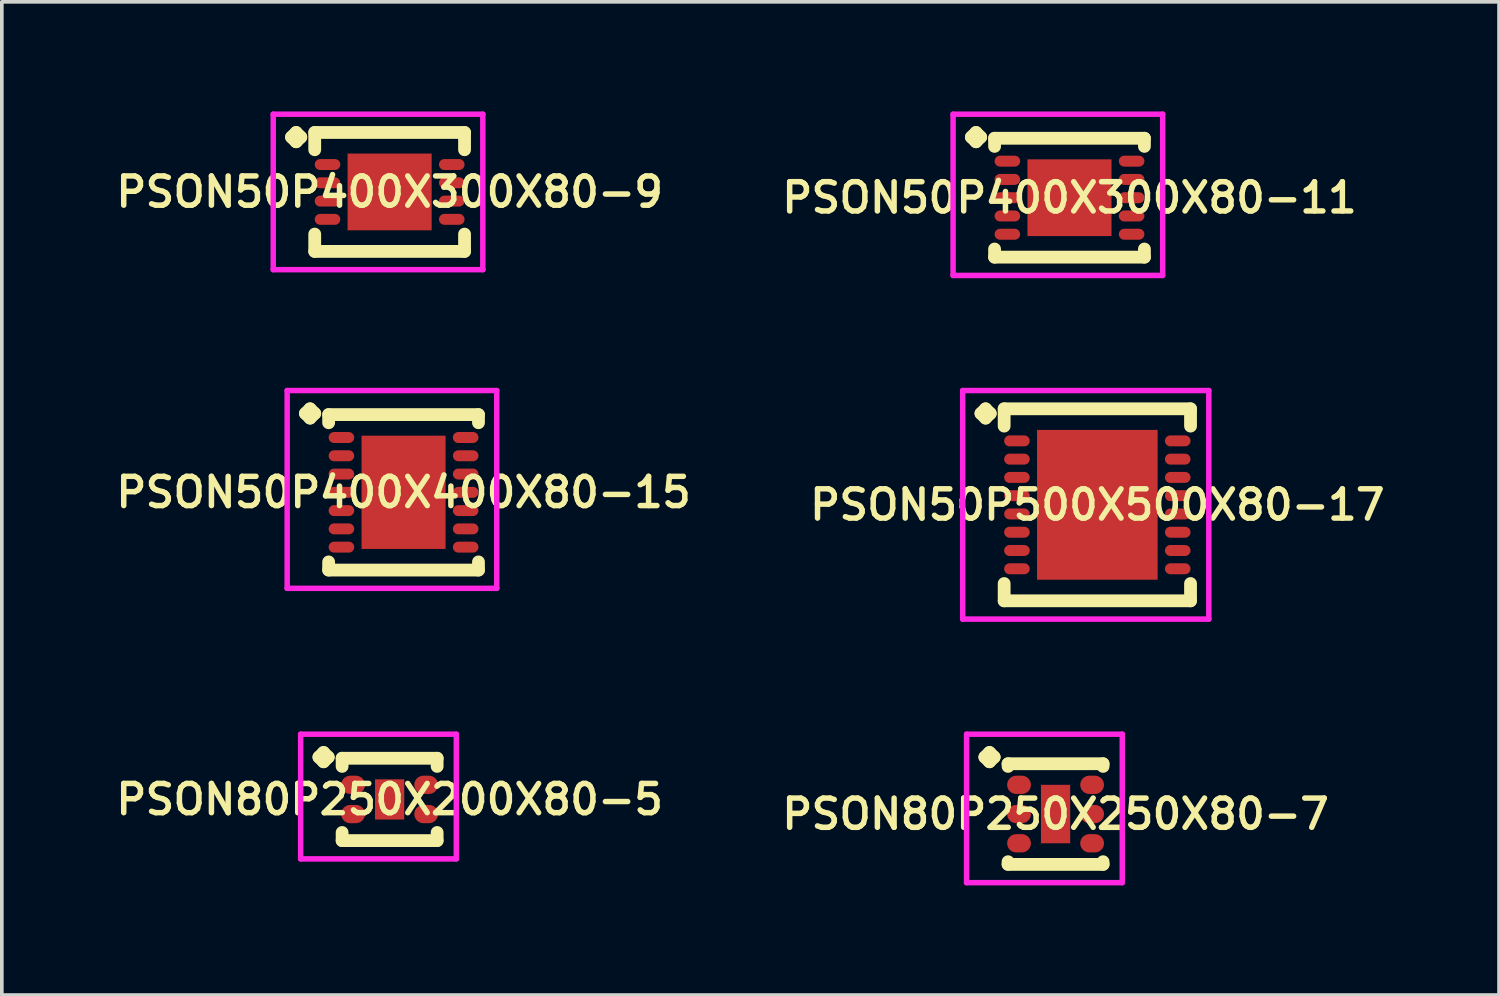
<source format=kicad_pcb>
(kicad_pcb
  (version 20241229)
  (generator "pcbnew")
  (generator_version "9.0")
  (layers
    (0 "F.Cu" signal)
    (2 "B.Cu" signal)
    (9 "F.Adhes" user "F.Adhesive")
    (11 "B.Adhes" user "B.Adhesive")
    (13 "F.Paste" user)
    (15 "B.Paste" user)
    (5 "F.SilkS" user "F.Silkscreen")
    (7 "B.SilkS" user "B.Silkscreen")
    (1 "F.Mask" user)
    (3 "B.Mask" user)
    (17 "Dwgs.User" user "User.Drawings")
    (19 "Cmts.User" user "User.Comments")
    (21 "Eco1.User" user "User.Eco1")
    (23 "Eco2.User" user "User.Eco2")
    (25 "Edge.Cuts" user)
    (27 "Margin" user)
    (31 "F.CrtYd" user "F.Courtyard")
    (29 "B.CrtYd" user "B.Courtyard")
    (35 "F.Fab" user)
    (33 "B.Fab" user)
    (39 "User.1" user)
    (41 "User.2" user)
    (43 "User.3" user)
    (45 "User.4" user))
  (footprint "PSON80P250X200X80-5"
    (layer "F.Cu")
    (at 7.612 18.826)
    (property "Reference" "PSON80P250X200X80-5" (at 0 0 0) (layer "F.SilkS") (effects (font (size 0.8 0.8) (thickness 0.15))))
    (attr smd)
    (fp_line (start -1.935 -1.158) (end -1.808 -1.285) (stroke (width 0.35) (type solid)) (layer "F.SilkS"))
    (fp_line (start -1.808 -1.285) (end -1.681 -1.158) (stroke (width 0.35) (type solid)) (layer "F.SilkS"))
    (fp_line (start -1.808 -1.031) (end -1.935 -1.158) (stroke (width 0.35) (type solid)) (layer "F.SilkS"))
    (fp_line (start -1.681 -1.158) (end -1.808 -1.031) (stroke (width 0.35) (type solid)) (layer "F.SilkS"))
    (fp_line (start -1.3 -1.127) (end 1.3 -1.127) (stroke (width 0.35) (type solid)) (layer "F.SilkS"))
    (fp_line (start -1.3 -0.904) (end -1.3 -1.127) (stroke (width 0.35) (type solid)) (layer "F.SilkS"))
    (fp_line (start -1.3 0.904) (end -1.3 1.127) (stroke (width 0.35) (type solid)) (layer "F.SilkS"))
    (fp_line (start -1.3 1.127) (end 1.3 1.127) (stroke (width 0.35) (type solid)) (layer "F.SilkS"))
    (fp_line (start 1.3 -1.127) (end 1.3 -0.904) (stroke (width 0.35) (type solid)) (layer "F.SilkS"))
    (fp_line (start 1.3 1.127) (end 1.3 0.904) (stroke (width 0.35) (type solid)) (layer "F.SilkS"))
    (fp_line (start -2.435 -1.785) (end 1.825 -1.785) (stroke (width 0.15) (type solid)) (layer "F.CrtYd"))
    (fp_line (start -2.435 1.627) (end -2.435 -1.785) (stroke (width 0.15) (type solid)) (layer "F.CrtYd"))
    (fp_line (start 1.825 -1.785) (end 1.825 1.627) (stroke (width 0.15) (type solid)) (layer "F.CrtYd"))
    (fp_line (start 1.825 1.627) (end -2.435 1.627) (stroke (width 0.15) (type solid)) (layer "F.CrtYd"))
    (pad "1" smd oval (at -1 -0.4) (size 0.65 0.5) (layers "F.Cu" "F.Mask" "F.Paste"))
    (pad "2" smd oval (at -1 0.4) (size 0.65 0.5) (layers "F.Cu" "F.Mask" "F.Paste"))
    (pad "3" smd oval (at 1 0.4) (size 0.65 0.5) (layers "F.Cu" "F.Mask" "F.Paste"))
    (pad "4" smd oval (at 1 -0.4) (size 0.65 0.5) (layers "F.Cu" "F.Mask" "F.Paste"))
    (pad "5" smd rect (at 0 0) (size 0.8 1.1) (layers "F.Cu" "F.Mask" "F.Paste")))
  (footprint "PSON50P400X300X80-11"
    (layer "F.Cu")
    (at 26.216 2.36)
    (property "Reference" "PSON50P400X300X80-11" (at 0 0 0) (layer "F.SilkS") (effects (font (size 0.8 0.8) (thickness 0.15))))
    (attr smd)
    (fp_line (start -2.685 -1.658) (end -2.558 -1.785) (stroke (width 0.35) (type solid)) (layer "F.SilkS"))
    (fp_line (start -2.558 -1.785) (end -2.431 -1.658) (stroke (width 0.35) (type solid)) (layer "F.SilkS"))
    (fp_line (start -2.558 -1.531) (end -2.685 -1.658) (stroke (width 0.35) (type solid)) (layer "F.SilkS"))
    (fp_line (start -2.431 -1.658) (end -2.558 -1.531) (stroke (width 0.35) (type solid)) (layer "F.SilkS"))
    (fp_line (start -2.05 -1.627) (end 2.05 -1.627) (stroke (width 0.35) (type solid)) (layer "F.SilkS"))
    (fp_line (start -2.05 -1.404) (end -2.05 -1.627) (stroke (width 0.35) (type solid)) (layer "F.SilkS"))
    (fp_line (start -2.05 1.404) (end -2.05 1.627) (stroke (width 0.35) (type solid)) (layer "F.SilkS"))
    (fp_line (start -2.05 1.627) (end 2.05 1.627) (stroke (width 0.35) (type solid)) (layer "F.SilkS"))
    (fp_line (start 2.05 -1.627) (end 2.05 -1.404) (stroke (width 0.35) (type solid)) (layer "F.SilkS"))
    (fp_line (start 2.05 1.627) (end 2.05 1.404) (stroke (width 0.35) (type solid)) (layer "F.SilkS"))
    (fp_line (start -3.185 -2.285) (end 2.55 -2.285) (stroke (width 0.15) (type solid)) (layer "F.CrtYd"))
    (fp_line (start -3.185 2.127) (end -3.185 -2.285) (stroke (width 0.15) (type solid)) (layer "F.CrtYd"))
    (fp_line (start 2.55 -2.285) (end 2.55 2.127) (stroke (width 0.15) (type solid)) (layer "F.CrtYd"))
    (fp_line (start 2.55 2.127) (end -3.185 2.127) (stroke (width 0.15) (type solid)) (layer "F.CrtYd"))
    (pad "1" smd oval (at -1.7 -1) (size 0.7 0.3) (layers "F.Cu" "F.Mask" "F.Paste"))
    (pad "2" smd oval (at -1.7 -0.5) (size 0.7 0.3) (layers "F.Cu" "F.Mask" "F.Paste"))
    (pad "3" smd oval (at -1.7 0) (size 0.7 0.3) (layers "F.Cu" "F.Mask" "F.Paste"))
    (pad "4" smd oval (at -1.7 0.5) (size 0.7 0.3) (layers "F.Cu" "F.Mask" "F.Paste"))
    (pad "5" smd oval (at -1.7 1) (size 0.7 0.3) (layers "F.Cu" "F.Mask" "F.Paste"))
    (pad "6" smd oval (at 1.7 1) (size 0.7 0.3) (layers "F.Cu" "F.Mask" "F.Paste"))
    (pad "7" smd oval (at 1.7 0.5) (size 0.7 0.3) (layers "F.Cu" "F.Mask" "F.Paste"))
    (pad "8" smd oval (at 1.7 0) (size 0.7 0.3) (layers "F.Cu" "F.Mask" "F.Paste"))
    (pad "9" smd oval (at 1.7 -0.5) (size 0.7 0.3) (layers "F.Cu" "F.Mask" "F.Paste"))
    (pad "10" smd oval (at 1.7 -1) (size 0.7 0.3) (layers "F.Cu" "F.Mask" "F.Paste"))
    (pad "11" smd rect (at 0 0) (size 2.3 2.1) (layers "F.Cu" "F.Mask" "F.Paste")))
  (footprint "PSON80P250X250X80-7"
    (layer "F.Cu")
    (at 25.835 19.226)
    (property "Reference" "PSON80P250X250X80-7" (at 0 0 0) (layer "F.SilkS") (effects (font (size 0.8 0.8) (thickness 0.15))))
    (attr smd)
    (fp_line (start -1.935 -1.558) (end -1.808 -1.685) (stroke (width 0.35) (type solid)) (layer "F.SilkS"))
    (fp_line (start -1.808 -1.685) (end -1.681 -1.558) (stroke (width 0.35) (type solid)) (layer "F.SilkS"))
    (fp_line (start -1.808 -1.431) (end -1.935 -1.558) (stroke (width 0.35) (type solid)) (layer "F.SilkS"))
    (fp_line (start -1.681 -1.558) (end -1.808 -1.431) (stroke (width 0.35) (type solid)) (layer "F.SilkS"))
    (fp_line (start -1.3 -1.377) (end 1.3 -1.377) (stroke (width 0.35) (type solid)) (layer "F.SilkS"))
    (fp_line (start -1.3 -1.304) (end -1.3 -1.377) (stroke (width 0.35) (type solid)) (layer "F.SilkS"))
    (fp_line (start -1.3 1.304) (end -1.3 1.377) (stroke (width 0.35) (type solid)) (layer "F.SilkS"))
    (fp_line (start -1.3 1.377) (end 1.3 1.377) (stroke (width 0.35) (type solid)) (layer "F.SilkS"))
    (fp_line (start 1.3 -1.377) (end 1.3 -1.304) (stroke (width 0.35) (type solid)) (layer "F.SilkS"))
    (fp_line (start 1.3 1.377) (end 1.3 1.304) (stroke (width 0.35) (type solid)) (layer "F.SilkS"))
    (fp_line (start -2.435 -2.185) (end 1.825 -2.185) (stroke (width 0.15) (type solid)) (layer "F.CrtYd"))
    (fp_line (start -2.435 1.877) (end -2.435 -2.185) (stroke (width 0.15) (type solid)) (layer "F.CrtYd"))
    (fp_line (start 1.825 -2.185) (end 1.825 1.877) (stroke (width 0.15) (type solid)) (layer "F.CrtYd"))
    (fp_line (start 1.825 1.877) (end -2.435 1.877) (stroke (width 0.15) (type solid)) (layer "F.CrtYd"))
    (pad "1" smd oval (at -1 -0.8) (size 0.65 0.5) (layers "F.Cu" "F.Mask" "F.Paste"))
    (pad "2" smd oval (at -1 0) (size 0.65 0.5) (layers "F.Cu" "F.Mask" "F.Paste"))
    (pad "3" smd oval (at -1 0.8) (size 0.65 0.5) (layers "F.Cu" "F.Mask" "F.Paste"))
    (pad "4" smd oval (at 1 0.8) (size 0.65 0.5) (layers "F.Cu" "F.Mask" "F.Paste"))
    (pad "5" smd oval (at 1 0) (size 0.65 0.5) (layers "F.Cu" "F.Mask" "F.Paste"))
    (pad "6" smd oval (at 1 -0.8) (size 0.65 0.5) (layers "F.Cu" "F.Mask" "F.Paste"))
    (pad "7" smd rect (at 0 0) (size 0.8 1.6) (layers "F.Cu" "F.Mask" "F.Paste")))
  (footprint "PSON50P400X300X80-9"
    (layer "F.Cu")
    (at 7.612 2.202)
    (property "Reference" "PSON50P400X300X80-9" (at 0 0 0) (layer "F.SilkS") (effects (font (size 0.8 0.8) (thickness 0.15))))
    (attr smd)
    (fp_line (start -2.685 -1.5) (end -2.558 -1.627) (stroke (width 0.35) (type solid)) (layer "F.SilkS"))
    (fp_line (start -2.558 -1.627) (end -2.431 -1.5) (stroke (width 0.35) (type solid)) (layer "F.SilkS"))
    (fp_line (start -2.558 -1.373) (end -2.685 -1.5) (stroke (width 0.35) (type solid)) (layer "F.SilkS"))
    (fp_line (start -2.431 -1.5) (end -2.558 -1.373) (stroke (width 0.35) (type solid)) (layer "F.SilkS"))
    (fp_line (start -2.05 -1.627) (end 2.05 -1.627) (stroke (width 0.35) (type solid)) (layer "F.SilkS"))
    (fp_line (start -2.05 -1.154) (end -2.05 -1.627) (stroke (width 0.35) (type solid)) (layer "F.SilkS"))
    (fp_line (start -2.05 1.154) (end -2.05 1.627) (stroke (width 0.35) (type solid)) (layer "F.SilkS"))
    (fp_line (start -2.05 1.627) (end 2.05 1.627) (stroke (width 0.35) (type solid)) (layer "F.SilkS"))
    (fp_line (start 2.05 -1.627) (end 2.05 -1.154) (stroke (width 0.35) (type solid)) (layer "F.SilkS"))
    (fp_line (start 2.05 1.627) (end 2.05 1.154) (stroke (width 0.35) (type solid)) (layer "F.SilkS"))
    (fp_line (start -3.185 -2.127) (end 2.55 -2.127) (stroke (width 0.15) (type solid)) (layer "F.CrtYd"))
    (fp_line (start -3.185 2.127) (end -3.185 -2.127) (stroke (width 0.15) (type solid)) (layer "F.CrtYd"))
    (fp_line (start 2.55 -2.127) (end 2.55 2.127) (stroke (width 0.15) (type solid)) (layer "F.CrtYd"))
    (fp_line (start 2.55 2.127) (end -3.185 2.127) (stroke (width 0.15) (type solid)) (layer "F.CrtYd"))
    (pad "1" smd oval (at -1.7 -0.75) (size 0.7 0.3) (layers "F.Cu" "F.Mask" "F.Paste"))
    (pad "2" smd oval (at -1.7 -0.25) (size 0.7 0.3) (layers "F.Cu" "F.Mask" "F.Paste"))
    (pad "3" smd oval (at -1.7 0.25) (size 0.7 0.3) (layers "F.Cu" "F.Mask" "F.Paste"))
    (pad "4" smd oval (at -1.7 0.75) (size 0.7 0.3) (layers "F.Cu" "F.Mask" "F.Paste"))
    (pad "5" smd oval (at 1.7 0.75) (size 0.7 0.3) (layers "F.Cu" "F.Mask" "F.Paste"))
    (pad "6" smd oval (at 1.7 0.25) (size 0.7 0.3) (layers "F.Cu" "F.Mask" "F.Paste"))
    (pad "7" smd oval (at 1.7 -0.25) (size 0.7 0.3) (layers "F.Cu" "F.Mask" "F.Paste"))
    (pad "8" smd oval (at 1.7 -0.75) (size 0.7 0.3) (layers "F.Cu" "F.Mask" "F.Paste"))
    (pad "9" smd rect (at 0 0) (size 2.3 2.1) (layers "F.Cu" "F.Mask" "F.Paste")))
  (footprint "PSON50P400X400X80-15"
    (layer "F.Cu")
    (at 7.993 10.422)
    (property "Reference" "PSON50P400X400X80-15" (at 0 0 0) (layer "F.SilkS") (effects (font (size 0.8 0.8) (thickness 0.15))))
    (attr smd)
    (fp_line (start -2.685 -2.158) (end -2.558 -2.285) (stroke (width 0.35) (type solid)) (layer "F.SilkS"))
    (fp_line (start -2.558 -2.285) (end -2.431 -2.158) (stroke (width 0.35) (type solid)) (layer "F.SilkS"))
    (fp_line (start -2.558 -2.031) (end -2.685 -2.158) (stroke (width 0.35) (type solid)) (layer "F.SilkS"))
    (fp_line (start -2.431 -2.158) (end -2.558 -2.031) (stroke (width 0.35) (type solid)) (layer "F.SilkS"))
    (fp_line (start -2.05 -2.127) (end 2.05 -2.127) (stroke (width 0.35) (type solid)) (layer "F.SilkS"))
    (fp_line (start -2.05 -1.904) (end -2.05 -2.127) (stroke (width 0.35) (type solid)) (layer "F.SilkS"))
    (fp_line (start -2.05 1.904) (end -2.05 2.127) (stroke (width 0.35) (type solid)) (layer "F.SilkS"))
    (fp_line (start -2.05 2.127) (end 2.05 2.127) (stroke (width 0.35) (type solid)) (layer "F.SilkS"))
    (fp_line (start 2.05 -2.127) (end 2.05 -1.904) (stroke (width 0.35) (type solid)) (layer "F.SilkS"))
    (fp_line (start 2.05 2.127) (end 2.05 1.904) (stroke (width 0.35) (type solid)) (layer "F.SilkS"))
    (fp_line (start -3.185 -2.785) (end 2.55 -2.785) (stroke (width 0.15) (type solid)) (layer "F.CrtYd"))
    (fp_line (start -3.185 2.627) (end -3.185 -2.785) (stroke (width 0.15) (type solid)) (layer "F.CrtYd"))
    (fp_line (start 2.55 -2.785) (end 2.55 2.627) (stroke (width 0.15) (type solid)) (layer "F.CrtYd"))
    (fp_line (start 2.55 2.627) (end -3.185 2.627) (stroke (width 0.15) (type solid)) (layer "F.CrtYd"))
    (pad "1" smd oval (at -1.7 -1.5) (size 0.7 0.3) (layers "F.Cu" "F.Mask" "F.Paste"))
    (pad "2" smd oval (at -1.7 -1) (size 0.7 0.3) (layers "F.Cu" "F.Mask" "F.Paste"))
    (pad "3" smd oval (at -1.7 -0.5) (size 0.7 0.3) (layers "F.Cu" "F.Mask" "F.Paste"))
    (pad "4" smd oval (at -1.7 0) (size 0.7 0.3) (layers "F.Cu" "F.Mask" "F.Paste"))
    (pad "5" smd oval (at -1.7 0.5) (size 0.7 0.3) (layers "F.Cu" "F.Mask" "F.Paste"))
    (pad "6" smd oval (at -1.7 1) (size 0.7 0.3) (layers "F.Cu" "F.Mask" "F.Paste"))
    (pad "7" smd oval (at -1.7 1.5) (size 0.7 0.3) (layers "F.Cu" "F.Mask" "F.Paste"))
    (pad "8" smd oval (at 1.7 1.5) (size 0.7 0.3) (layers "F.Cu" "F.Mask" "F.Paste"))
    (pad "9" smd oval (at 1.7 1) (size 0.7 0.3) (layers "F.Cu" "F.Mask" "F.Paste"))
    (pad "10" smd oval (at 1.7 0.5) (size 0.7 0.3) (layers "F.Cu" "F.Mask" "F.Paste"))
    (pad "11" smd oval (at 1.7 0) (size 0.7 0.3) (layers "F.Cu" "F.Mask" "F.Paste"))
    (pad "12" smd oval (at 1.7 -0.5) (size 0.7 0.3) (layers "F.Cu" "F.Mask" "F.Paste"))
    (pad "13" smd oval (at 1.7 -1) (size 0.7 0.3) (layers "F.Cu" "F.Mask" "F.Paste"))
    (pad "14" smd oval (at 1.7 -1.5) (size 0.7 0.3) (layers "F.Cu" "F.Mask" "F.Paste"))
    (pad "15" smd rect (at 0 0) (size 2.3 3.1) (layers "F.Cu" "F.Mask" "F.Paste")))
  (footprint "PSON50P500X500X80-17"
    (layer "F.Cu")
    (at 26.978 10.764)
    (property "Reference" "PSON50P500X500X80-17" (at 0 0 0) (layer "F.SilkS") (effects (font (size 0.8 0.8) (thickness 0.15))))
    (attr smd)
    (fp_line (start -3.185 -2.5) (end -3.058 -2.627) (stroke (width 0.35) (type solid)) (layer "F.SilkS"))
    (fp_line (start -3.058 -2.627) (end -2.931 -2.5) (stroke (width 0.35) (type solid)) (layer "F.SilkS"))
    (fp_line (start -3.058 -2.373) (end -3.185 -2.5) (stroke (width 0.35) (type solid)) (layer "F.SilkS"))
    (fp_line (start -2.931 -2.5) (end -3.058 -2.373) (stroke (width 0.35) (type solid)) (layer "F.SilkS"))
    (fp_line (start -2.55 -2.627) (end 2.55 -2.627) (stroke (width 0.35) (type solid)) (layer "F.SilkS"))
    (fp_line (start -2.55 -2.154) (end -2.55 -2.627) (stroke (width 0.35) (type solid)) (layer "F.SilkS"))
    (fp_line (start -2.55 2.154) (end -2.55 2.627) (stroke (width 0.35) (type solid)) (layer "F.SilkS"))
    (fp_line (start -2.55 2.627) (end 2.55 2.627) (stroke (width 0.35) (type solid)) (layer "F.SilkS"))
    (fp_line (start 2.55 -2.627) (end 2.55 -2.154) (stroke (width 0.35) (type solid)) (layer "F.SilkS"))
    (fp_line (start 2.55 2.627) (end 2.55 2.154) (stroke (width 0.35) (type solid)) (layer "F.SilkS"))
    (fp_line (start -3.685 -3.127) (end 3.05 -3.127) (stroke (width 0.15) (type solid)) (layer "F.CrtYd"))
    (fp_line (start -3.685 3.127) (end -3.685 -3.127) (stroke (width 0.15) (type solid)) (layer "F.CrtYd"))
    (fp_line (start 3.05 -3.127) (end 3.05 3.127) (stroke (width 0.15) (type solid)) (layer "F.CrtYd"))
    (fp_line (start 3.05 3.127) (end -3.685 3.127) (stroke (width 0.15) (type solid)) (layer "F.CrtYd"))
    (pad "1" smd oval (at -2.2 -1.75) (size 0.7 0.3) (layers "F.Cu" "F.Mask" "F.Paste"))
    (pad "2" smd oval (at -2.2 -1.25) (size 0.7 0.3) (layers "F.Cu" "F.Mask" "F.Paste"))
    (pad "3" smd oval (at -2.2 -0.75) (size 0.7 0.3) (layers "F.Cu" "F.Mask" "F.Paste"))
    (pad "4" smd oval (at -2.2 -0.25) (size 0.7 0.3) (layers "F.Cu" "F.Mask" "F.Paste"))
    (pad "5" smd oval (at -2.2 0.25) (size 0.7 0.3) (layers "F.Cu" "F.Mask" "F.Paste"))
    (pad "6" smd oval (at -2.2 0.75) (size 0.7 0.3) (layers "F.Cu" "F.Mask" "F.Paste"))
    (pad "7" smd oval (at -2.2 1.25) (size 0.7 0.3) (layers "F.Cu" "F.Mask" "F.Paste"))
    (pad "8" smd oval (at -2.2 1.75) (size 0.7 0.3) (layers "F.Cu" "F.Mask" "F.Paste"))
    (pad "9" smd oval (at 2.2 1.75) (size 0.7 0.3) (layers "F.Cu" "F.Mask" "F.Paste"))
    (pad "10" smd oval (at 2.2 1.25) (size 0.7 0.3) (layers "F.Cu" "F.Mask" "F.Paste"))
    (pad "11" smd oval (at 2.2 0.75) (size 0.7 0.3) (layers "F.Cu" "F.Mask" "F.Paste"))
    (pad "12" smd oval (at 2.2 0.25) (size 0.7 0.3) (layers "F.Cu" "F.Mask" "F.Paste"))
    (pad "13" smd oval (at 2.2 -0.25) (size 0.7 0.3) (layers "F.Cu" "F.Mask" "F.Paste"))
    (pad "14" smd oval (at 2.2 -0.75) (size 0.7 0.3) (layers "F.Cu" "F.Mask" "F.Paste"))
    (pad "15" smd oval (at 2.2 -1.25) (size 0.7 0.3) (layers "F.Cu" "F.Mask" "F.Paste"))
    (pad "16" smd oval (at 2.2 -1.75) (size 0.7 0.3) (layers "F.Cu" "F.Mask" "F.Paste"))
    (pad "17" smd rect (at 0 0) (size 3.3 4.1) (layers "F.Cu" "F.Mask" "F.Paste")))
  (gr_rect
    (start -3 -3)
    (end 37.97 24.178)
    (stroke (width 0.1) (type default))
    (fill no)
    (layer "Edge.Cuts")))
</source>
